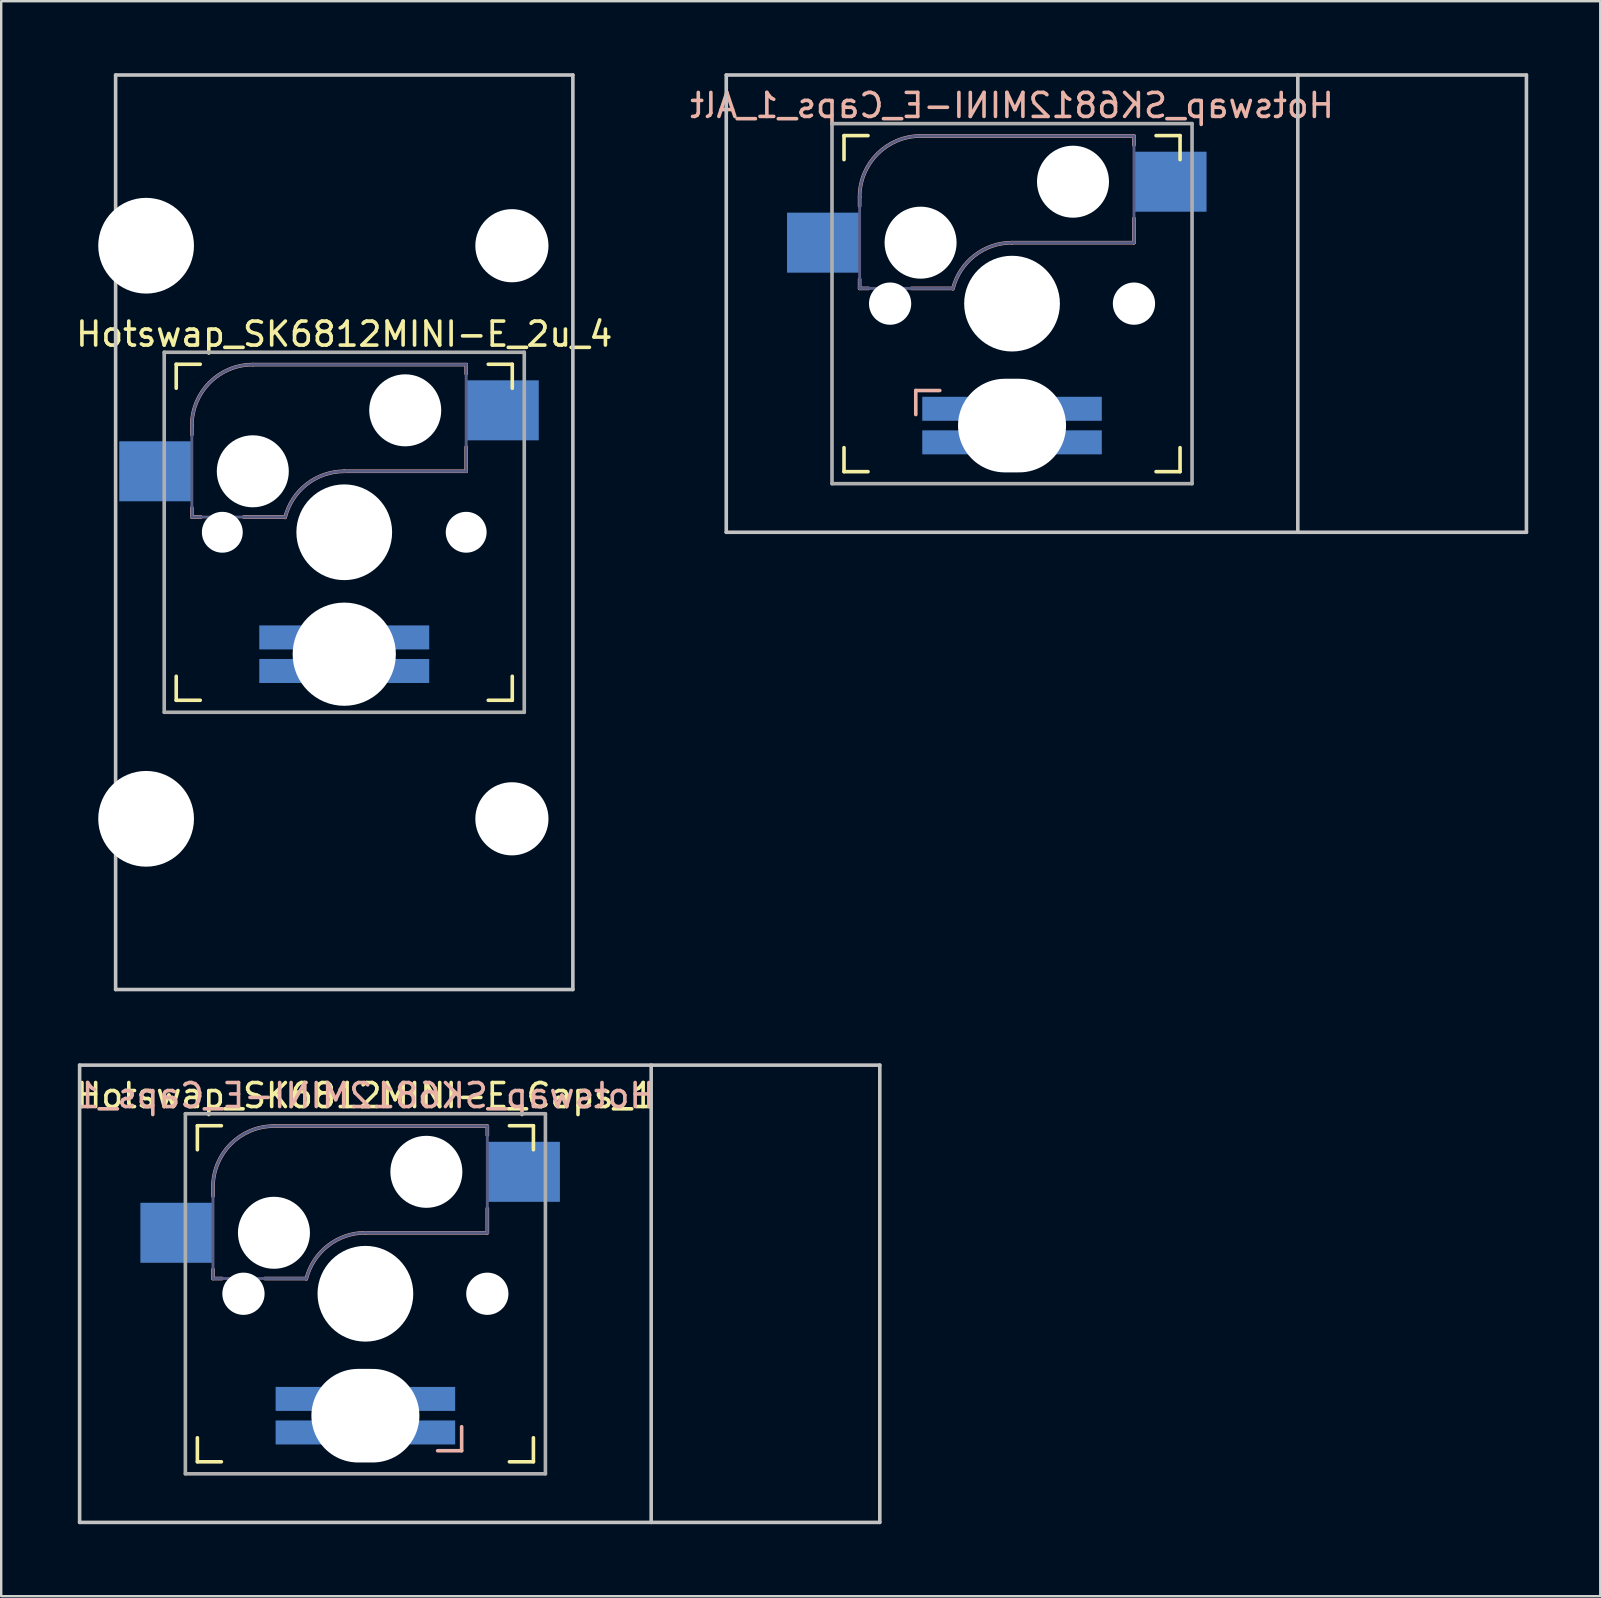
<source format=kicad_pcb>
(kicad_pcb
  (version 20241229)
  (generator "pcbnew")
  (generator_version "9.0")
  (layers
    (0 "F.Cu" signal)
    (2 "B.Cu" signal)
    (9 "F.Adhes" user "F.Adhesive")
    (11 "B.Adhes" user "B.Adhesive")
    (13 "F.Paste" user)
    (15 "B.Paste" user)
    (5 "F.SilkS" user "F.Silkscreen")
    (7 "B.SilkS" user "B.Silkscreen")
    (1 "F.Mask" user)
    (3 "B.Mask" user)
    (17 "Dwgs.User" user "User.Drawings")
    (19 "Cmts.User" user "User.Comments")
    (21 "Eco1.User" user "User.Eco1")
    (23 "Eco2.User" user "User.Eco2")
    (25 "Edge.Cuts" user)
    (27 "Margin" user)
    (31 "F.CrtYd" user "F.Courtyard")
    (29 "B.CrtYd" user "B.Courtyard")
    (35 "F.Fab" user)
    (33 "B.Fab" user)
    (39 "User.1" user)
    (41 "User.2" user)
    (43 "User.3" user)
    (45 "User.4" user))
  (footprint "Hotswap_SK6812MINI-E_2u_4"
    (layer "F.Cu")
    (at 11.292 19.125)
    (property "Reference" "Hotswap_SK6812MINI-E_2u_4" (at 0 -8.255 0) (layer "F.SilkS") (effects (font (size 1 1) (thickness 0.15))))
    (attr through_hole)
    (fp_line (start -7 -6) (end -7 -7) (stroke (width 0.15) (type solid)) (layer "F.SilkS"))
    (fp_line (start -7 7) (end -7 6) (stroke (width 0.15) (type solid)) (layer "F.SilkS"))
    (fp_line (start -7 7) (end -6 7) (stroke (width 0.15) (type solid)) (layer "F.SilkS"))
    (fp_line (start -6 -7) (end -7 -7) (stroke (width 0.15) (type solid)) (layer "F.SilkS"))
    (fp_line (start 6 7) (end 7 7) (stroke (width 0.15) (type solid)) (layer "F.SilkS"))
    (fp_line (start 7 -7) (end 6 -7) (stroke (width 0.15) (type solid)) (layer "F.SilkS"))
    (fp_line (start 7 -7) (end 7 -6) (stroke (width 0.15) (type solid)) (layer "F.SilkS"))
    (fp_line (start 7 6) (end 7 7) (stroke (width 0.15) (type solid)) (layer "F.SilkS"))
    (fp_line (start -6.35 -4.445) (end -6.35 -4.064) (stroke (width 0.15) (type solid)) (layer "B.SilkS"))
    (fp_line (start -6.35 -1.016) (end -6.35 -0.635) (stroke (width 0.15) (type solid)) (layer "B.SilkS"))
    (fp_line (start -6.35 -0.635) (end -5.969 -0.635) (stroke (width 0.15) (type solid)) (layer "B.SilkS"))
    (fp_line (start -4.191 -0.635) (end -2.54 -0.635) (stroke (width 0.15) (type solid)) (layer "B.SilkS"))
    (fp_line (start 0 -2.54) (end 5.08 -2.54) (stroke (width 0.15) (type solid)) (layer "B.SilkS"))
    (fp_line (start 5.08 -6.985) (end -3.81 -6.985) (stroke (width 0.15) (type solid)) (layer "B.SilkS"))
    (fp_line (start 5.08 -6.604) (end 5.08 -6.985) (stroke (width 0.15) (type solid)) (layer "B.SilkS"))
    (fp_line (start 5.08 -2.54) (end 5.08 -3.556) (stroke (width 0.15) (type solid)) (layer "B.SilkS"))
    (fp_arc (start -6.35 -4.445) (mid -5.606051 -6.241051) (end -3.81 -6.985) (stroke (width 0.15) (type solid)) (layer "B.SilkS"))
    (fp_arc (start -2.464162 -0.61604) (mid -1.563147 -2.002042) (end 0 -2.54) (stroke (width 0.15) (type solid)) (layer "B.SilkS"))
    (fp_line (start -9.525 -19.05) (end 9.525 -19.05) (stroke (width 0.15) (type solid)) (layer "Dwgs.User"))
    (fp_line (start -9.525 19.05) (end -9.525 -19.05) (stroke (width 0.15) (type solid)) (layer "Dwgs.User"))
    (fp_line (start 9.525 -19.05) (end 9.525 19.05) (stroke (width 0.15) (type solid)) (layer "Dwgs.User"))
    (fp_line (start 9.525 19.05) (end -9.525 19.05) (stroke (width 0.15) (type solid)) (layer "Dwgs.User"))
    (fp_line (start -6.9 6.9) (end -6.9 -6.9) (stroke (width 0.15) (type solid)) (layer "Eco2.User"))
    (fp_line (start -6.9 6.9) (end 6.9 6.9) (stroke (width 0.15) (type solid)) (layer "Eco2.User"))
    (fp_line (start -6.096 -13.589) (end -6.096 -10.287) (stroke (width 0.152) (type solid)) (layer "Eco2.User"))
    (fp_line (start -6.096 -10.287) (end 5.334 -10.287) (stroke (width 0.152) (type solid)) (layer "Eco2.User"))
    (fp_line (start -6.096 10.287) (end -6.096 13.589) (stroke (width 0.152) (type solid)) (layer "Eco2.User"))
    (fp_line (start -6.096 13.589) (end 5.334 13.589) (stroke (width 0.152) (type solid)) (layer "Eco2.User"))
    (fp_line (start 5.334 -13.589) (end -6.096 -13.589) (stroke (width 0.152) (type solid)) (layer "Eco2.User"))
    (fp_line (start 5.334 -10.287) (end 5.334 -13.589) (stroke (width 0.152) (type solid)) (layer "Eco2.User"))
    (fp_line (start 5.334 10.287) (end -6.096 10.287) (stroke (width 0.152) (type solid)) (layer "Eco2.User"))
    (fp_line (start 5.334 13.589) (end 5.334 10.287) (stroke (width 0.152) (type solid)) (layer "Eco2.User"))
    (fp_line (start 6.9 -6.9) (end -6.9 -6.9) (stroke (width 0.15) (type solid)) (layer "Eco2.User"))
    (fp_line (start 6.9 -6.9) (end 6.9 6.9) (stroke (width 0.15) (type solid)) (layer "Eco2.User"))
    (fp_line (start -6.35 -4.445) (end -6.35 -0.635) (stroke (width 0.12) (type solid)) (layer "B.Fab"))
    (fp_line (start -6.35 -0.635) (end -2.54 -0.635) (stroke (width 0.12) (type solid)) (layer "B.Fab"))
    (fp_line (start 0 -2.54) (end 5.08 -2.54) (stroke (width 0.12) (type solid)) (layer "B.Fab"))
    (fp_line (start 5.08 -6.985) (end -3.81 -6.985) (stroke (width 0.12) (type solid)) (layer "B.Fab"))
    (fp_line (start 5.08 -2.54) (end 5.08 -6.985) (stroke (width 0.12) (type solid)) (layer "B.Fab"))
    (fp_arc (start -6.35 -4.445) (mid -5.606051 -6.241051) (end -3.81 -6.985) (stroke (width 0.12) (type solid)) (layer "B.Fab"))
    (fp_arc (start -2.464162 -0.61604) (mid -1.563147 -2.002042) (end 0 -2.54) (stroke (width 0.12) (type solid)) (layer "B.Fab"))
    (fp_line (start -7.5 -7.5) (end 7.5 -7.5) (stroke (width 0.15) (type solid)) (layer "F.Fab"))
    (fp_line (start -7.5 7.5) (end -7.5 -7.5) (stroke (width 0.15) (type solid)) (layer "F.Fab"))
    (fp_line (start 7.5 -7.5) (end 7.5 7.5) (stroke (width 0.15) (type solid)) (layer "F.Fab"))
    (fp_line (start 7.5 7.5) (end -7.5 7.5) (stroke (width 0.15) (type solid)) (layer "F.Fab"))
    (pad "" np_thru_hole circle (at -8.255 -11.938 270) (size 3.988 3.988) (drill 3.988) (layers "*.Cu" "*.Mask"))
    (pad "" np_thru_hole circle (at -8.255 11.938 270) (size 3.988 3.988) (drill 3.988) (layers "*.Cu" "*.Mask"))
    (pad "" np_thru_hole circle (at -5.08 0 180) (size 1.702 1.702) (drill 1.702) (layers "*.Cu" "*.Mask"))
    (pad "" np_thru_hole circle (at -3.81 -2.54 180) (size 3 3) (drill 3) (layers "*.Cu" "*.Mask"))
    (pad "" np_thru_hole circle (at 0 0 180) (size 3.988 3.988) (drill 3.988) (layers "*.Cu" "*.Mask"))
    (pad "" np_thru_hole circle (at 0 5.08 180) (size 4.3 4.3) (drill 4.3) (layers "*.Cu" "*.Mask"))
    (pad "" np_thru_hole circle (at 2.54 -5.08 180) (size 3 3) (drill 3) (layers "*.Cu" "*.Mask"))
    (pad "" np_thru_hole circle (at 5.08 0 180) (size 1.702 1.702) (drill 1.702) (layers "*.Cu" "*.Mask"))
    (pad "" np_thru_hole circle (at 6.985 -11.938 270) (size 3.048 3.048) (drill 3.048) (layers "*.Cu" "*.Mask"))
    (pad "" np_thru_hole circle (at 6.985 11.938 270) (size 3.048 3.048) (drill 3.048) (layers "*.Cu" "*.Mask"))
    (pad "1" smd rect (at -7.874 -2.54 180) (size 3 2.5) (layers "B.Cu" "B.Mask"))
    (pad "2" smd rect (at 6.604 -5.08 180) (size 3 2.5) (layers "B.Cu" "B.Mask"))
    (pad "DIN" smd rect (at -2.54 5.779 270) (size 1 2) (layers "B.Cu" "B.Mask"))
    (pad "DOUT" smd rect (at 2.54 4.381 270) (size 1 2) (layers "B.Cu" "B.Mask"))
    (pad "GND" smd rect (at -2.54 4.381 270) (size 1 2) (layers "B.Cu" "B.Mask"))
    (pad "VDD" smd rect (at 2.54 5.779 270) (size 1 2) (layers "B.Cu" "B.Mask")))
  (footprint "Hotswap_SK6812MINI-E_Caps_1"
    (layer "F.Cu")
    (at 12.173 50.85)
    (property "Reference" "Hotswap_SK6812MINI-E_Caps_1" (at 0 -8.255 0) (layer "F.SilkS") (effects (font (size 1 1) (thickness 0.15))))
    (attr through_hole)
    (fp_line (start -7 -6) (end -7 -7) (stroke (width 0.15) (type solid)) (layer "F.SilkS"))
    (fp_line (start -7 7) (end -7 6) (stroke (width 0.15) (type solid)) (layer "F.SilkS"))
    (fp_line (start -7 7) (end -6 7) (stroke (width 0.15) (type solid)) (layer "F.SilkS"))
    (fp_line (start -6 -7) (end -7 -7) (stroke (width 0.15) (type solid)) (layer "F.SilkS"))
    (fp_line (start 6 7) (end 7 7) (stroke (width 0.15) (type solid)) (layer "F.SilkS"))
    (fp_line (start 7 -7) (end 6 -7) (stroke (width 0.15) (type solid)) (layer "F.SilkS"))
    (fp_line (start 7 -7) (end 7 -6) (stroke (width 0.15) (type solid)) (layer "F.SilkS"))
    (fp_line (start 7 6) (end 7 7) (stroke (width 0.15) (type solid)) (layer "F.SilkS"))
    (fp_line (start -6.35 -4.445) (end -6.35 -4.064) (stroke (width 0.15) (type solid)) (layer "B.SilkS"))
    (fp_line (start -6.35 -1.016) (end -6.35 -0.635) (stroke (width 0.15) (type solid)) (layer "B.SilkS"))
    (fp_line (start -6.35 -0.635) (end -5.969 -0.635) (stroke (width 0.15) (type solid)) (layer "B.SilkS"))
    (fp_line (start -4.191 -0.635) (end -2.54 -0.635) (stroke (width 0.15) (type solid)) (layer "B.SilkS"))
    (fp_line (start 0 -2.54) (end 5.08 -2.54) (stroke (width 0.15) (type solid)) (layer "B.SilkS"))
    (fp_line (start 3.01 6.54) (end 4.01 6.54) (stroke (width 0.15) (type solid)) (layer "B.SilkS"))
    (fp_line (start 4.01 5.54) (end 4.01 6.54) (stroke (width 0.15) (type solid)) (layer "B.SilkS"))
    (fp_line (start 5.08 -6.985) (end -3.81 -6.985) (stroke (width 0.15) (type solid)) (layer "B.SilkS"))
    (fp_line (start 5.08 -6.604) (end 5.08 -6.985) (stroke (width 0.15) (type solid)) (layer "B.SilkS"))
    (fp_line (start 5.08 -2.54) (end 5.08 -3.556) (stroke (width 0.15) (type solid)) (layer "B.SilkS"))
    (fp_arc (start -6.35 -4.445) (mid -5.606051 -6.241051) (end -3.81 -6.985) (stroke (width 0.15) (type solid)) (layer "B.SilkS"))
    (fp_arc (start -2.464162 -0.61604) (mid -1.563147 -2.002042) (end 0 -2.54) (stroke (width 0.15) (type solid)) (layer "B.SilkS"))
    (fp_line (start -11.906 -9.525) (end 21.431 -9.525) (stroke (width 0.15) (type solid)) (layer "Dwgs.User"))
    (fp_line (start -11.906 9.525) (end -11.906 -9.525) (stroke (width 0.15) (type solid)) (layer "Dwgs.User"))
    (fp_line (start -11.906 9.525) (end 21.431 9.525) (stroke (width 0.15) (type solid)) (layer "Dwgs.User"))
    (fp_line (start 11.906 -9.525) (end 11.906 9.525) (stroke (width 0.15) (type solid)) (layer "Dwgs.User"))
    (fp_line (start 21.431 -9.525) (end 21.431 9.525) (stroke (width 0.15) (type solid)) (layer "Dwgs.User"))
    (fp_line (start -6.9 6.9) (end -6.9 -6.9) (stroke (width 0.15) (type solid)) (layer "Eco2.User"))
    (fp_line (start -6.9 6.9) (end 6.9 6.9) (stroke (width 0.15) (type solid)) (layer "Eco2.User"))
    (fp_line (start 6.9 -6.9) (end -6.9 -6.9) (stroke (width 0.15) (type solid)) (layer "Eco2.User"))
    (fp_line (start 6.9 -6.9) (end 6.9 6.9) (stroke (width 0.15) (type solid)) (layer "Eco2.User"))
    (fp_line (start -6.35 -4.445) (end -6.35 -0.635) (stroke (width 0.12) (type solid)) (layer "B.Fab"))
    (fp_line (start -6.35 -0.635) (end -2.54 -0.635) (stroke (width 0.12) (type solid)) (layer "B.Fab"))
    (fp_line (start 0 -2.54) (end 5.08 -2.54) (stroke (width 0.12) (type solid)) (layer "B.Fab"))
    (fp_line (start 5.08 -6.985) (end -3.81 -6.985) (stroke (width 0.12) (type solid)) (layer "B.Fab"))
    (fp_line (start 5.08 -2.54) (end 5.08 -6.985) (stroke (width 0.12) (type solid)) (layer "B.Fab"))
    (fp_arc (start -6.35 -4.445) (mid -5.606051 -6.241051) (end -3.81 -6.985) (stroke (width 0.12) (type solid)) (layer "B.Fab"))
    (fp_arc (start -2.464162 -0.61604) (mid -1.563147 -2.002042) (end 0 -2.54) (stroke (width 0.12) (type solid)) (layer "B.Fab"))
    (fp_line (start -7.5 -7.5) (end 7.5 -7.5) (stroke (width 0.15) (type solid)) (layer "F.Fab"))
    (fp_line (start -7.5 7.5) (end -7.5 -7.5) (stroke (width 0.15) (type solid)) (layer "F.Fab"))
    (fp_line (start 7.5 -7.5) (end 7.5 7.5) (stroke (width 0.15) (type solid)) (layer "F.Fab"))
    (fp_line (start 7.5 7.5) (end -7.5 7.5) (stroke (width 0.15) (type solid)) (layer "F.Fab"))
    (fp_text user "${REFERENCE}" (at 0 -8.255 0) (layer "B.SilkS") (effects (font (size 1 1) (thickness 0.15)) (justify mirror)))
    (pad "" np_thru_hole circle (at -5.08 0 180) (size 1.76 1.76) (drill 1.76) (layers "*.Cu" "*.Mask"))
    (pad "" np_thru_hole circle (at -3.81 -2.54 180) (size 3 3) (drill 3) (layers "*.Cu" "*.Mask"))
    (pad "" np_thru_hole circle (at 0 0 180) (size 3.988 3.988) (drill 3.988) (layers "*.Cu" "*.Mask"))
    (pad "" np_thru_hole oval (at 0 5.08 180) (size 4.5 3.9) (drill oval 4.5 3.9) (layers "*.Cu" "*.Mask"))
    (pad "" np_thru_hole circle (at 2.54 -5.08 180) (size 3 3) (drill 3) (layers "*.Cu" "*.Mask"))
    (pad "" np_thru_hole circle (at 5.08 0 180) (size 1.76 1.76) (drill 1.76) (layers "*.Cu" "*.Mask"))
    (pad "1" smd rect (at -7.874 -2.54 180) (size 3 2.5) (layers "B.Cu" "B.Mask" "B.Paste"))
    (pad "2" smd rect (at 6.604 -5.08 180) (size 3 2.5) (layers "B.Cu" "B.Mask" "B.Paste"))
    (pad "DIN" smd rect (at 2.74 4.381 270) (size 1 2) (layers "B.Cu" "B.Mask" "B.Paste"))
    (pad "DOUT" smd rect (at -2.74 5.779 270) (size 1 2) (layers "B.Cu" "B.Mask" "B.Paste"))
    (pad "GND" smd rect (at 2.74 5.779 270) (size 1 2) (layers "B.Cu" "B.Mask" "B.Paste"))
    (pad "VDD" smd rect (at -2.74 4.381 270) (size 1 2) (layers "B.Cu" "B.Mask" "B.Paste")))
  (footprint "Hotswap_SK6812MINI-E_Caps_1_Alt"
    (layer "F.Cu")
    (at 39.113 9.6)
    (property "Reference" "Hotswap_SK6812MINI-E_Caps_1_Alt" (at 0 -8.255 0) (layer "B.SilkS") (effects (font (size 1 1) (thickness 0.15)) (justify mirror)))
    (attr through_hole)
    (fp_line (start -7 -6) (end -7 -7) (stroke (width 0.15) (type solid)) (layer "F.SilkS"))
    (fp_line (start -7 7) (end -7 6) (stroke (width 0.15) (type solid)) (layer "F.SilkS"))
    (fp_line (start -7 7) (end -6 7) (stroke (width 0.15) (type solid)) (layer "F.SilkS"))
    (fp_line (start -6 -7) (end -7 -7) (stroke (width 0.15) (type solid)) (layer "F.SilkS"))
    (fp_line (start 6 7) (end 7 7) (stroke (width 0.15) (type solid)) (layer "F.SilkS"))
    (fp_line (start 7 -7) (end 6 -7) (stroke (width 0.15) (type solid)) (layer "F.SilkS"))
    (fp_line (start 7 -7) (end 7 -6) (stroke (width 0.15) (type solid)) (layer "F.SilkS"))
    (fp_line (start 7 6) (end 7 7) (stroke (width 0.15) (type solid)) (layer "F.SilkS"))
    (fp_line (start -6.35 -4.445) (end -6.35 -4.064) (stroke (width 0.15) (type solid)) (layer "B.SilkS"))
    (fp_line (start -6.35 -1.016) (end -6.35 -0.635) (stroke (width 0.15) (type solid)) (layer "B.SilkS"))
    (fp_line (start -6.35 -0.635) (end -5.969 -0.635) (stroke (width 0.15) (type solid)) (layer "B.SilkS"))
    (fp_line (start -4.191 -0.635) (end -2.54 -0.635) (stroke (width 0.15) (type solid)) (layer "B.SilkS"))
    (fp_line (start -4.01 4.62) (end -4.01 3.619) (stroke (width 0.15) (type solid)) (layer "B.SilkS"))
    (fp_line (start -3.01 3.619) (end -4.01 3.619) (stroke (width 0.15) (type solid)) (layer "B.SilkS"))
    (fp_line (start 0 -2.54) (end 5.08 -2.54) (stroke (width 0.15) (type solid)) (layer "B.SilkS"))
    (fp_line (start 5.08 -6.985) (end -3.81 -6.985) (stroke (width 0.15) (type solid)) (layer "B.SilkS"))
    (fp_line (start 5.08 -6.604) (end 5.08 -6.985) (stroke (width 0.15) (type solid)) (layer "B.SilkS"))
    (fp_line (start 5.08 -2.54) (end 5.08 -3.556) (stroke (width 0.15) (type solid)) (layer "B.SilkS"))
    (fp_arc (start -6.35 -4.445) (mid -5.606051 -6.241051) (end -3.81 -6.985) (stroke (width 0.15) (type solid)) (layer "B.SilkS"))
    (fp_arc (start -2.464162 -0.61604) (mid -1.563147 -2.002042) (end 0 -2.54) (stroke (width 0.15) (type solid)) (layer "B.SilkS"))
    (fp_line (start -11.906 -9.525) (end 21.431 -9.525) (stroke (width 0.15) (type solid)) (layer "Dwgs.User"))
    (fp_line (start -11.906 9.525) (end -11.906 -9.525) (stroke (width 0.15) (type solid)) (layer "Dwgs.User"))
    (fp_line (start -11.906 9.525) (end 21.431 9.525) (stroke (width 0.15) (type solid)) (layer "Dwgs.User"))
    (fp_line (start 11.906 -9.525) (end 11.906 9.525) (stroke (width 0.15) (type solid)) (layer "Dwgs.User"))
    (fp_line (start 21.431 -9.525) (end 21.431 9.525) (stroke (width 0.15) (type solid)) (layer "Dwgs.User"))
    (fp_line (start -6.9 6.9) (end -6.9 -6.9) (stroke (width 0.15) (type solid)) (layer "Eco2.User"))
    (fp_line (start -6.9 6.9) (end 6.9 6.9) (stroke (width 0.15) (type solid)) (layer "Eco2.User"))
    (fp_line (start 6.9 -6.9) (end -6.9 -6.9) (stroke (width 0.15) (type solid)) (layer "Eco2.User"))
    (fp_line (start 6.9 -6.9) (end 6.9 6.9) (stroke (width 0.15) (type solid)) (layer "Eco2.User"))
    (fp_line (start -6.35 -4.445) (end -6.35 -0.635) (stroke (width 0.12) (type solid)) (layer "B.Fab"))
    (fp_line (start -6.35 -0.635) (end -2.54 -0.635) (stroke (width 0.12) (type solid)) (layer "B.Fab"))
    (fp_line (start 0 -2.54) (end 5.08 -2.54) (stroke (width 0.12) (type solid)) (layer "B.Fab"))
    (fp_line (start 5.08 -6.985) (end -3.81 -6.985) (stroke (width 0.12) (type solid)) (layer "B.Fab"))
    (fp_line (start 5.08 -2.54) (end 5.08 -6.985) (stroke (width 0.12) (type solid)) (layer "B.Fab"))
    (fp_arc (start -6.35 -4.445) (mid -5.606051 -6.241051) (end -3.81 -6.985) (stroke (width 0.12) (type solid)) (layer "B.Fab"))
    (fp_arc (start -2.464162 -0.61604) (mid -1.563147 -2.002042) (end 0 -2.54) (stroke (width 0.12) (type solid)) (layer "B.Fab"))
    (fp_line (start -7.5 -7.5) (end 7.5 -7.5) (stroke (width 0.15) (type solid)) (layer "F.Fab"))
    (fp_line (start -7.5 7.5) (end -7.5 -7.5) (stroke (width 0.15) (type solid)) (layer "F.Fab"))
    (fp_line (start 7.5 -7.5) (end 7.5 7.5) (stroke (width 0.15) (type solid)) (layer "F.Fab"))
    (fp_line (start 7.5 7.5) (end -7.5 7.5) (stroke (width 0.15) (type solid)) (layer "F.Fab"))
    (pad "" np_thru_hole circle (at -5.08 0 180) (size 1.76 1.76) (drill 1.76) (layers "*.Cu" "*.Mask"))
    (pad "" np_thru_hole circle (at -3.81 -2.54 180) (size 3 3) (drill 3) (layers "*.Cu" "*.Mask"))
    (pad "" np_thru_hole circle (at 0 0 180) (size 3.988 3.988) (drill 3.988) (layers "*.Cu" "*.Mask"))
    (pad "" np_thru_hole oval (at 0 5.08 180) (size 4.5 3.9) (drill oval 4.5 3.9) (layers "*.Cu" "*.Mask"))
    (pad "" np_thru_hole circle (at 2.54 -5.08 180) (size 3 3) (drill 3) (layers "*.Cu" "*.Mask"))
    (pad "" np_thru_hole circle (at 5.08 0 180) (size 1.76 1.76) (drill 1.76) (layers "*.Cu" "*.Mask"))
    (pad "1" smd rect (at -7.874 -2.54 180) (size 3 2.5) (layers "B.Cu" "B.Mask"))
    (pad "2" smd rect (at 6.604 -5.08 180) (size 3 2.5) (layers "B.Cu" "B.Mask"))
    (pad "DIN" smd rect (at -2.74 5.779 270) (size 1 2) (layers "B.Cu" "B.Mask"))
    (pad "DOUT" smd rect (at 2.74 4.381 270) (size 1 2) (layers "B.Cu" "B.Mask"))
    (pad "GND" smd rect (at -2.74 4.381 270) (size 1 2) (layers "B.Cu" "B.Mask"))
    (pad "VDD" smd rect (at 2.74 5.779 270) (size 1 2) (layers "B.Cu" "B.Mask")))
  (gr_rect
    (start -3 -3)
    (end 63.619 63.45)
    (stroke (width 0.1) (type default))
    (fill no)
    (layer "Edge.Cuts")))
</source>
